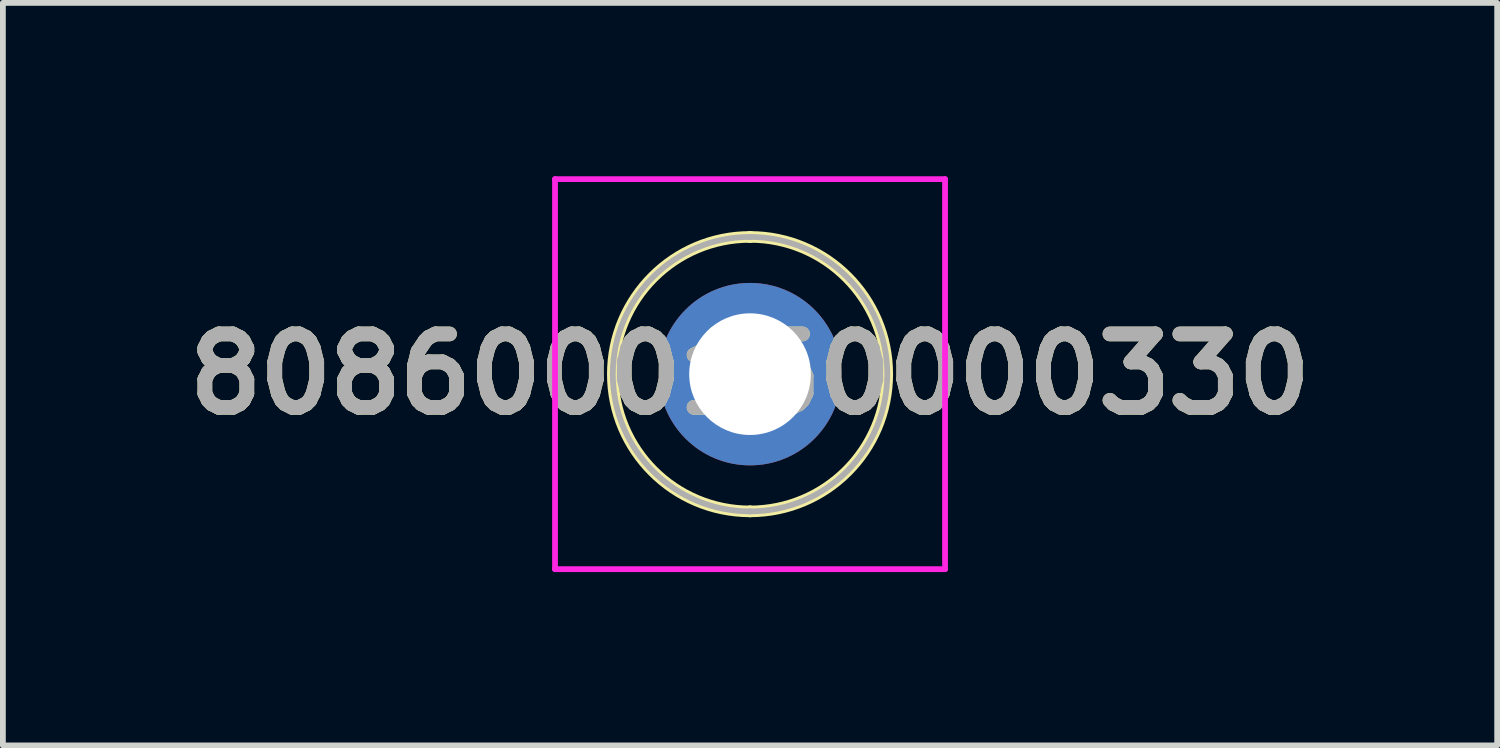
<source format=kicad_pcb>
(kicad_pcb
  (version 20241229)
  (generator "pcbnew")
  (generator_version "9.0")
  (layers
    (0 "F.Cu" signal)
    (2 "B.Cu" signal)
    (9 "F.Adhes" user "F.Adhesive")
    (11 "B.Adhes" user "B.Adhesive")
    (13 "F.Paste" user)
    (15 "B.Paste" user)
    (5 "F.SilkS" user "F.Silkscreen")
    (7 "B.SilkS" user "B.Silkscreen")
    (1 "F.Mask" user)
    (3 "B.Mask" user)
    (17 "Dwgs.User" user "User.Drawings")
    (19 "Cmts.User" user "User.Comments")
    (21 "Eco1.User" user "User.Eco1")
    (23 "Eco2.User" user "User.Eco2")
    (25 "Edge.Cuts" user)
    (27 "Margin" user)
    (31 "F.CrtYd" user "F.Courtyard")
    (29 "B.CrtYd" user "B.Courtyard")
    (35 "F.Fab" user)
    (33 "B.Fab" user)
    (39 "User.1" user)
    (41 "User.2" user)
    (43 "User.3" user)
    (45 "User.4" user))
  (footprint "8086000150000330"
    (layer "F.Cu")
    (at 9.93 3.425)
    (property "Reference" "8086000150000330" (at 0 0 0) (layer "F.SilkS") (effects (font (size 1.27 1.27) (thickness 0.254))))
    (attr through_hole)
    (fp_line (start 0 -2.375) (end 0 -2.375) (stroke (width 0.2) (type solid)) (layer "F.SilkS"))
    (fp_line (start 0 2.375) (end 0 2.375) (stroke (width 0.2) (type solid)) (layer "F.SilkS"))
    (fp_arc (start 0 -2.375) (mid 2.375 0) (end 0 2.375) (stroke (width 0.2) (type solid)) (layer "F.SilkS"))
    (fp_arc (start 0 2.375) (mid -2.375 0) (end 0 -2.375) (stroke (width 0.2) (type solid)) (layer "F.SilkS"))
    (fp_line (start -3.375 -3.375) (end 3.375 -3.375) (stroke (width 0.1) (type solid)) (layer "F.CrtYd"))
    (fp_line (start -3.375 3.375) (end -3.375 -3.375) (stroke (width 0.1) (type solid)) (layer "F.CrtYd"))
    (fp_line (start 3.375 -3.375) (end 3.375 3.375) (stroke (width 0.1) (type solid)) (layer "F.CrtYd"))
    (fp_line (start 3.375 3.375) (end -3.375 3.375) (stroke (width 0.1) (type solid)) (layer "F.CrtYd"))
    (fp_line (start 0 -2.375) (end 0 -2.375) (stroke (width 0.1) (type solid)) (layer "F.Fab"))
    (fp_line (start 0 2.375) (end 0 2.375) (stroke (width 0.1) (type solid)) (layer "F.Fab"))
    (fp_arc (start 0 -2.375) (mid 2.375 0) (end 0 2.375) (stroke (width 0.1) (type solid)) (layer "F.Fab"))
    (fp_arc (start 0 2.375) (mid -2.375 0) (end 0 -2.375) (stroke (width 0.1) (type solid)) (layer "F.Fab"))
    (fp_text user "${REFERENCE}" (at 0 0 0) (layer "F.Fab") (effects (font (size 1.27 1.27) (thickness 0.254))))
    (pad "1" thru_hole circle (at 0 0) (size 3.157 3.157) (drill 2.105) (layers "*.Cu" "*.Mask")))
  (gr_rect
    (start -3 -3)
    (end 22.86 9.85)
    (stroke (width 0.1) (type default))
    (fill no)
    (layer "Edge.Cuts")))
</source>
